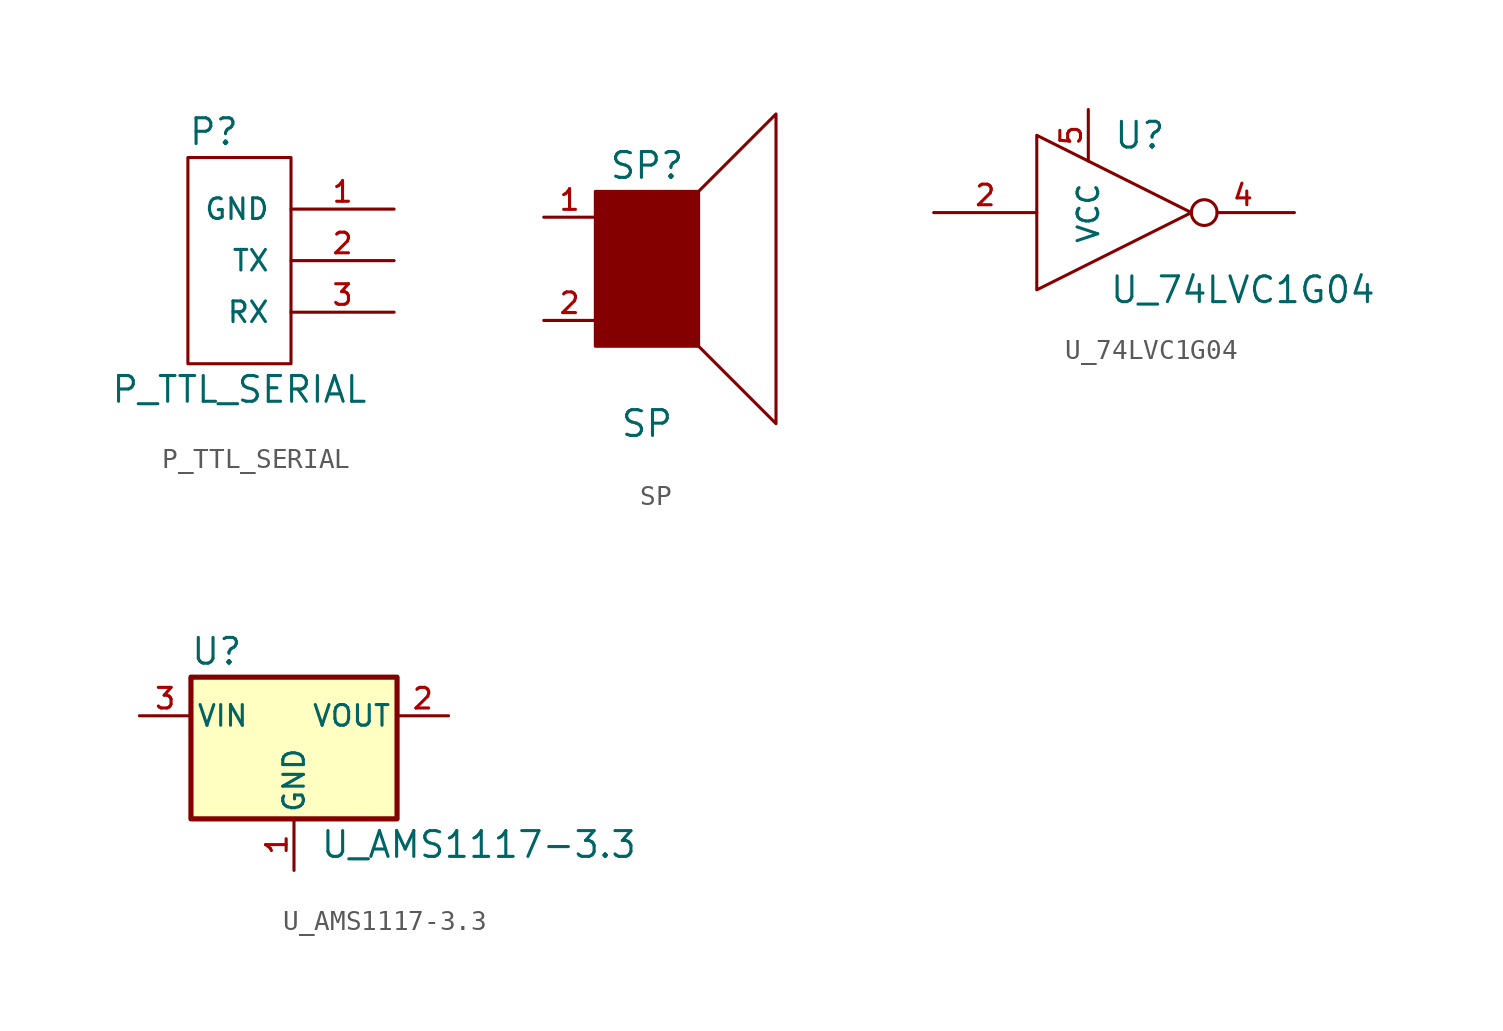
<source format=kicad_sym>
(kicad_symbol_lib
  (version 20220914)
  (generator kicad_symbol_editor)
  (symbol "P_TTL_SERIAL"
    (pin_names
      (offset 1.016))
    (property "Reference" "P"
      (at -2.54 6.35 0)
      (effects (font (size 1.27 1.27)) (justify left)))
    (property "Value" "P_TTL_SERIAL"
      (at 0 -6.35 0)
      (effects (font (size 1.27 1.27))))
    (symbol "P_TTL_SERIAL_1_1"
      (rectangle (start -2.54 5.08) (end 2.54 -5.08) (stroke (width 0) (type default)) (fill (type none)))
      (pin passive line (at 7.62 2.54 180) (length 5.08) (name "GND" (effects (font (size 1.016 1.016)))) (number "1" (effects (font (size 1.016 1.016)))))
      (pin passive line (at 7.62 0 180) (length 5.08) (name "TX" (effects (font (size 1.016 1.016)))) (number "2" (effects (font (size 1.016 1.016)))))
      (pin passive line (at 7.62 -2.54 180) (length 5.08) (name "RX" (effects (font (size 1.016 1.016)))) (number "3" (effects (font (size 1.016 1.016)))))))
  (symbol "SP"
    (pin_names
      (offset 1.016))
    (property "Reference" "SP"
      (at 0 5.08 0)
      (effects (font (size 1.27 1.27))))
    (property "Value" "SP"
      (at 0 -7.62 0)
      (effects (font (size 1.27 1.27))))
    (symbol "SP_1_0"
      (polyline (pts (xy 2.54 3.81) (xy 6.35 7.62) (xy 6.35 -7.62) (xy 2.54 -3.81)) (stroke (width 0) (type default)) (fill (type none)))
      (polyline (pts (xy -2.54 3.81) (xy 2.54 3.81) (xy 2.54 -3.81) (xy -2.54 -3.81) (xy -2.54 3.81)) (stroke (width 0) (type default)) (fill (type outline))))
    (symbol "SP_1_1"
      (pin passive line (at -5.08 2.54 0) (length 2.54) (name "~" (effects (font (size 1.016 1.016)))) (number "1" (effects (font (size 1.016 1.016)))))
      (pin passive line (at -5.08 -2.54 0) (length 2.54) (name "~" (effects (font (size 1.016 1.016)))) (number "2" (effects (font (size 1.016 1.016)))))))
  (symbol "U_74LVC1G04"
    (pin_names
      (offset 1.016))
    (property "Reference" "U"
      (at 2.54 3.81 0)
      (effects (font (size 1.27 1.27))))
    (property "Value" "U_74LVC1G04"
      (at 7.62 -3.81 0)
      (effects (font (size 1.27 1.27))))
    (symbol "U_74LVC1G04_1_1"
      (polyline (pts (xy -2.54 3.81) (xy -2.54 -3.81) (xy 5.08 0) (xy -2.54 3.81)) (stroke (width 0.152) (type default)) (fill (type none)))
      (pin no_connect line (at -2.54 3.81 270) (length 0) hide (name "NC" (effects (font (size 1.016 1.016)))) (number "1" (effects (font (size 1.016 1.016)))))
      (pin input line (at -7.62 0 0) (length 5.08) (name "~" (effects (font (size 1.016 1.016)))) (number "2" (effects (font (size 1.016 1.016)))))
      (pin power_in line (at -2.54 -3.81 90) (length 0) hide (name "GND" (effects (font (size 1.016 1.016)))) (number "3" (effects (font (size 1.016 1.016)))))
      (pin output inverted (at 10.16 0 180) (length 5.08) (name "~" (effects (font (size 1.016 1.016)))) (number "4" (effects (font (size 1.016 1.016)))))
      (pin power_in line (at 0 5.08 270) (length 2.54) (name "VCC" (effects (font (size 1.016 1.016)))) (number "5" (effects (font (size 1.016 1.016)))))))
  (symbol "U_AMS1117-3.3"
    (pin_names
      (offset 0.254))
    (property "Reference" "U"
      (at -3.81 3.175 0)
      (effects (font (size 1.27 1.27))))
    (property "Value" "U_AMS1117-3.3"
      (at 1.27 -6.35 0)
      (effects (font (size 1.27 1.27)) (justify left)))
    (symbol "U_AMS1117-3.3_0_1"
      (rectangle (start -5.08 -5.08) (end 5.08 1.905) (stroke (width 0.254) (type default)) (fill (type background))))
    (symbol "U_AMS1117-3.3_1_1"
      (pin power_in line (at 0 -7.62 90) (length 2.54) (name "GND" (effects (font (size 1.016 1.016)))) (number "1" (effects (font (size 1.016 1.016)))))
      (pin power_out line (at 7.62 0 180) (length 2.54) (name "VOUT" (effects (font (size 1.016 1.016)))) (number "2" (effects (font (size 1.016 1.016)))))
      (pin power_in line (at -7.62 0 0) (length 2.54) (name "VIN" (effects (font (size 1.016 1.016)))) (number "3" (effects (font (size 1.016 1.016))))))))
</source>
